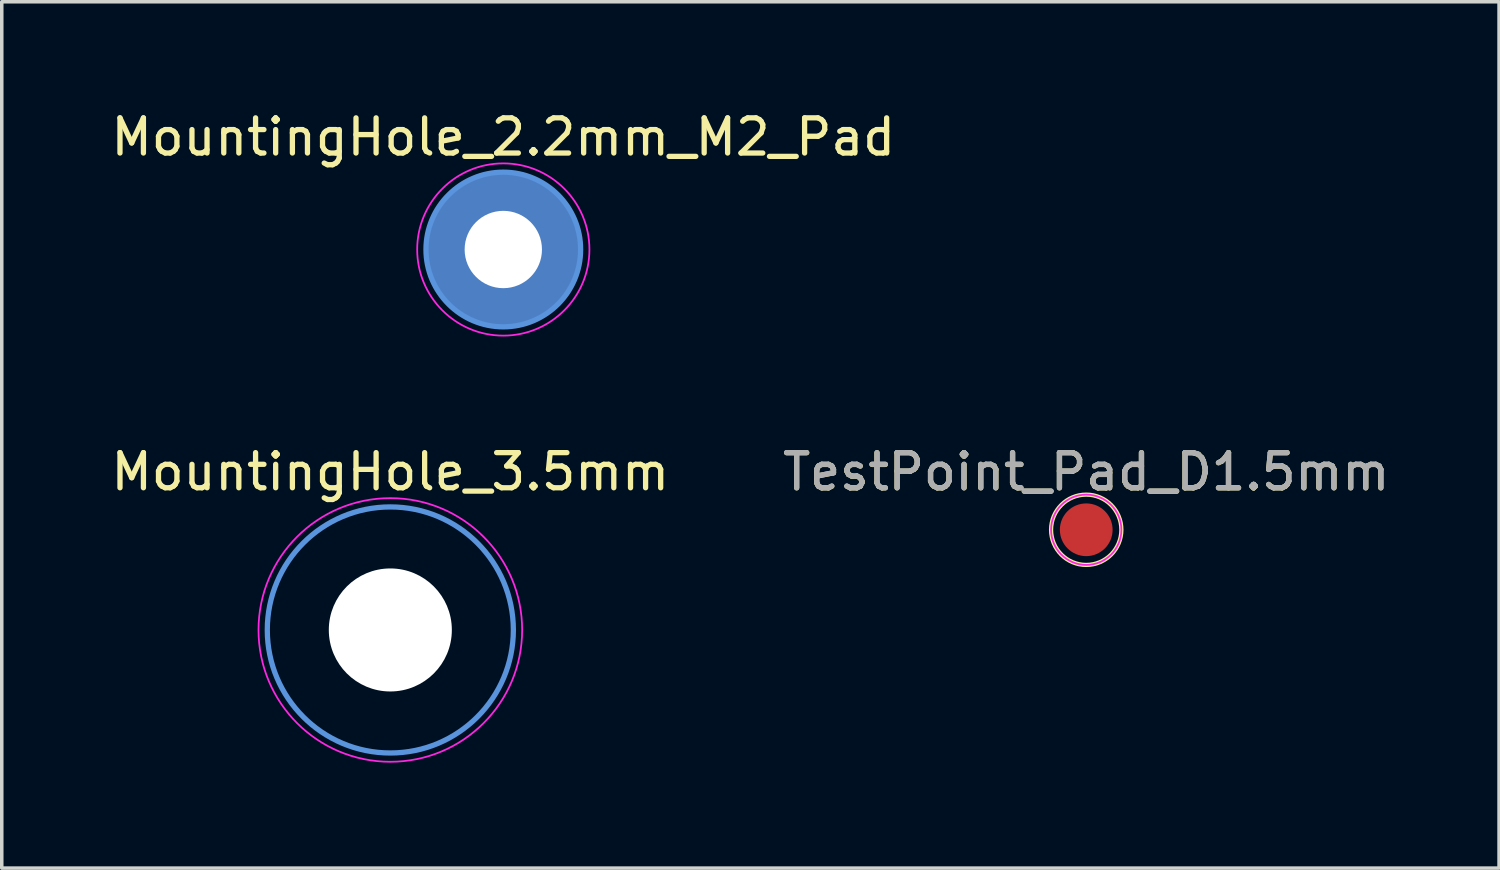
<source format=kicad_pcb>
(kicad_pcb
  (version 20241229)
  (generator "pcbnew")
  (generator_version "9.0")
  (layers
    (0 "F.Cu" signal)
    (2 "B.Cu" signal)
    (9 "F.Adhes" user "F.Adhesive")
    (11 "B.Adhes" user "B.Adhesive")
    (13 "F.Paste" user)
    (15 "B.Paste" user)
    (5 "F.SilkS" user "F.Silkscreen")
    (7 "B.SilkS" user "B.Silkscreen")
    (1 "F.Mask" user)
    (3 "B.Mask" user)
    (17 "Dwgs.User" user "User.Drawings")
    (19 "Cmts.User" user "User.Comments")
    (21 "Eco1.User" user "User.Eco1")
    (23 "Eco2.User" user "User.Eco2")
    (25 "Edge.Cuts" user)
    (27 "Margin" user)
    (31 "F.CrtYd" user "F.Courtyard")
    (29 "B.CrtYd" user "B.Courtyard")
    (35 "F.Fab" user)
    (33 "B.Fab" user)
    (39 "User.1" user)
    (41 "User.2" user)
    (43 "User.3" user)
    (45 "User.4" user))
  (footprint "MountingHole_2.2mm_M2_Pad"
    (layer "F.Cu")
    (at 11.268 4.048)
    (property "Reference" "MountingHole_2.2mm_M2_Pad" (at 0 -3.2 0) (layer "F.SilkS") (effects (font (size 1 1) (thickness 0.15))))
    (attr exclude_from_pos_files exclude_from_bom)
    (fp_circle (center 0 0) (end 2.2 0) (stroke (width 0.15) (type solid)) (fill no) (layer "Cmts.User"))
    (fp_circle (center 0 0) (end 2.45 0) (stroke (width 0.05) (type solid)) (fill no) (layer "F.CrtYd"))
    (pad "1" thru_hole circle (at 0 0) (size 4.4 4.4) (drill 2.2) (layers "*.Cu" "*.Mask")))
  (footprint "MountingHole_3.5mm"
    (layer "F.Cu")
    (at 8.054 14.871)
    (property "Reference" "MountingHole_3.5mm" (at 0 -4.5 0) (layer "F.SilkS") (effects (font (size 1 1) (thickness 0.15))))
    (attr exclude_from_pos_files exclude_from_bom)
    (fp_circle (center 0 0) (end 3.5 0) (stroke (width 0.15) (type solid)) (fill no) (layer "Cmts.User"))
    (fp_circle (center 0 0) (end 3.75 0) (stroke (width 0.05) (type solid)) (fill no) (layer "F.CrtYd"))
    (pad "" np_thru_hole circle (at 0 0) (size 3.5 3.5) (drill 3.5) (layers "*.Cu" "*.Mask")))
  (footprint "TestPoint_Pad_D1.5mm"
    (layer "F.Cu")
    (at 27.851 12.021)
    (property "Reference" "TestPoint_Pad_D1.5mm" (at 0 -1.648 0) (layer "F.SilkS") (effects (font (size 1 1) (thickness 0.15))))
    (attr exclude_from_pos_files exclude_from_bom)
    (fp_circle (center 0 0) (end 1 0) (stroke (width 0.12) (type solid)) (fill no) (layer "F.SilkS"))
    (fp_circle (center 0 0) (end 1 0) (stroke (width 0.05) (type solid)) (fill no) (layer "F.CrtYd"))
    (fp_text user "${REFERENCE}" (at 0 -1.65 0) (layer "F.Fab") (effects (font (size 1 1) (thickness 0.15))))
    (pad "1" smd circle (at 0 0) (size 1.5 1.5) (layers "F.Cu" "F.Mask")))
  (gr_rect
    (start -3 -3)
    (end 39.595 21.646)
    (stroke (width 0.1) (type default))
    (fill no)
    (layer "Edge.Cuts")))
</source>
